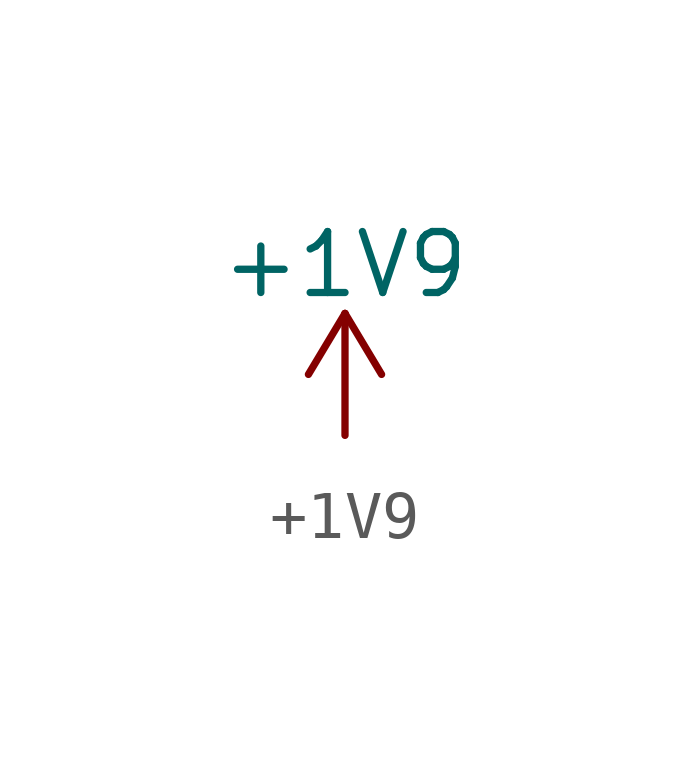
<source format=kicad_sym>
(kicad_symbol_lib
  (version 20211014)
  (generator kicad_symbol_editor)
  (symbol "+1V9"
    (power)
    (pin_names
      (offset 0))
    (property "Reference" "#PWR"
      (at 0 -3.81 0)
      (effects (font (size 1.27 1.27)) hide))
    (property "Value" "+1V9"
      (at 0 3.556 0)
      (effects (font (size 1.27 1.27))))
    (symbol "+1V9_0_1"
      (polyline (pts (xy -0.762 1.27) (xy 0 2.54)) (stroke (width 0) (type default) (color 0 0 0 0)) (fill (type none)))
      (polyline (pts (xy 0 0) (xy 0 2.54)) (stroke (width 0) (type default) (color 0 0 0 0)) (fill (type none)))
      (polyline (pts (xy 0 2.54) (xy 0.762 1.27)) (stroke (width 0) (type default) (color 0 0 0 0)) (fill (type none))))
    (symbol "+1V9_1_1"
      (pin power_in line (at 0 0 90) (length 0) hide (name "+1V9" (effects (font (size 1.27 1.27)))) (number "1" (effects (font (size 1.27 1.27))))))))
</source>
